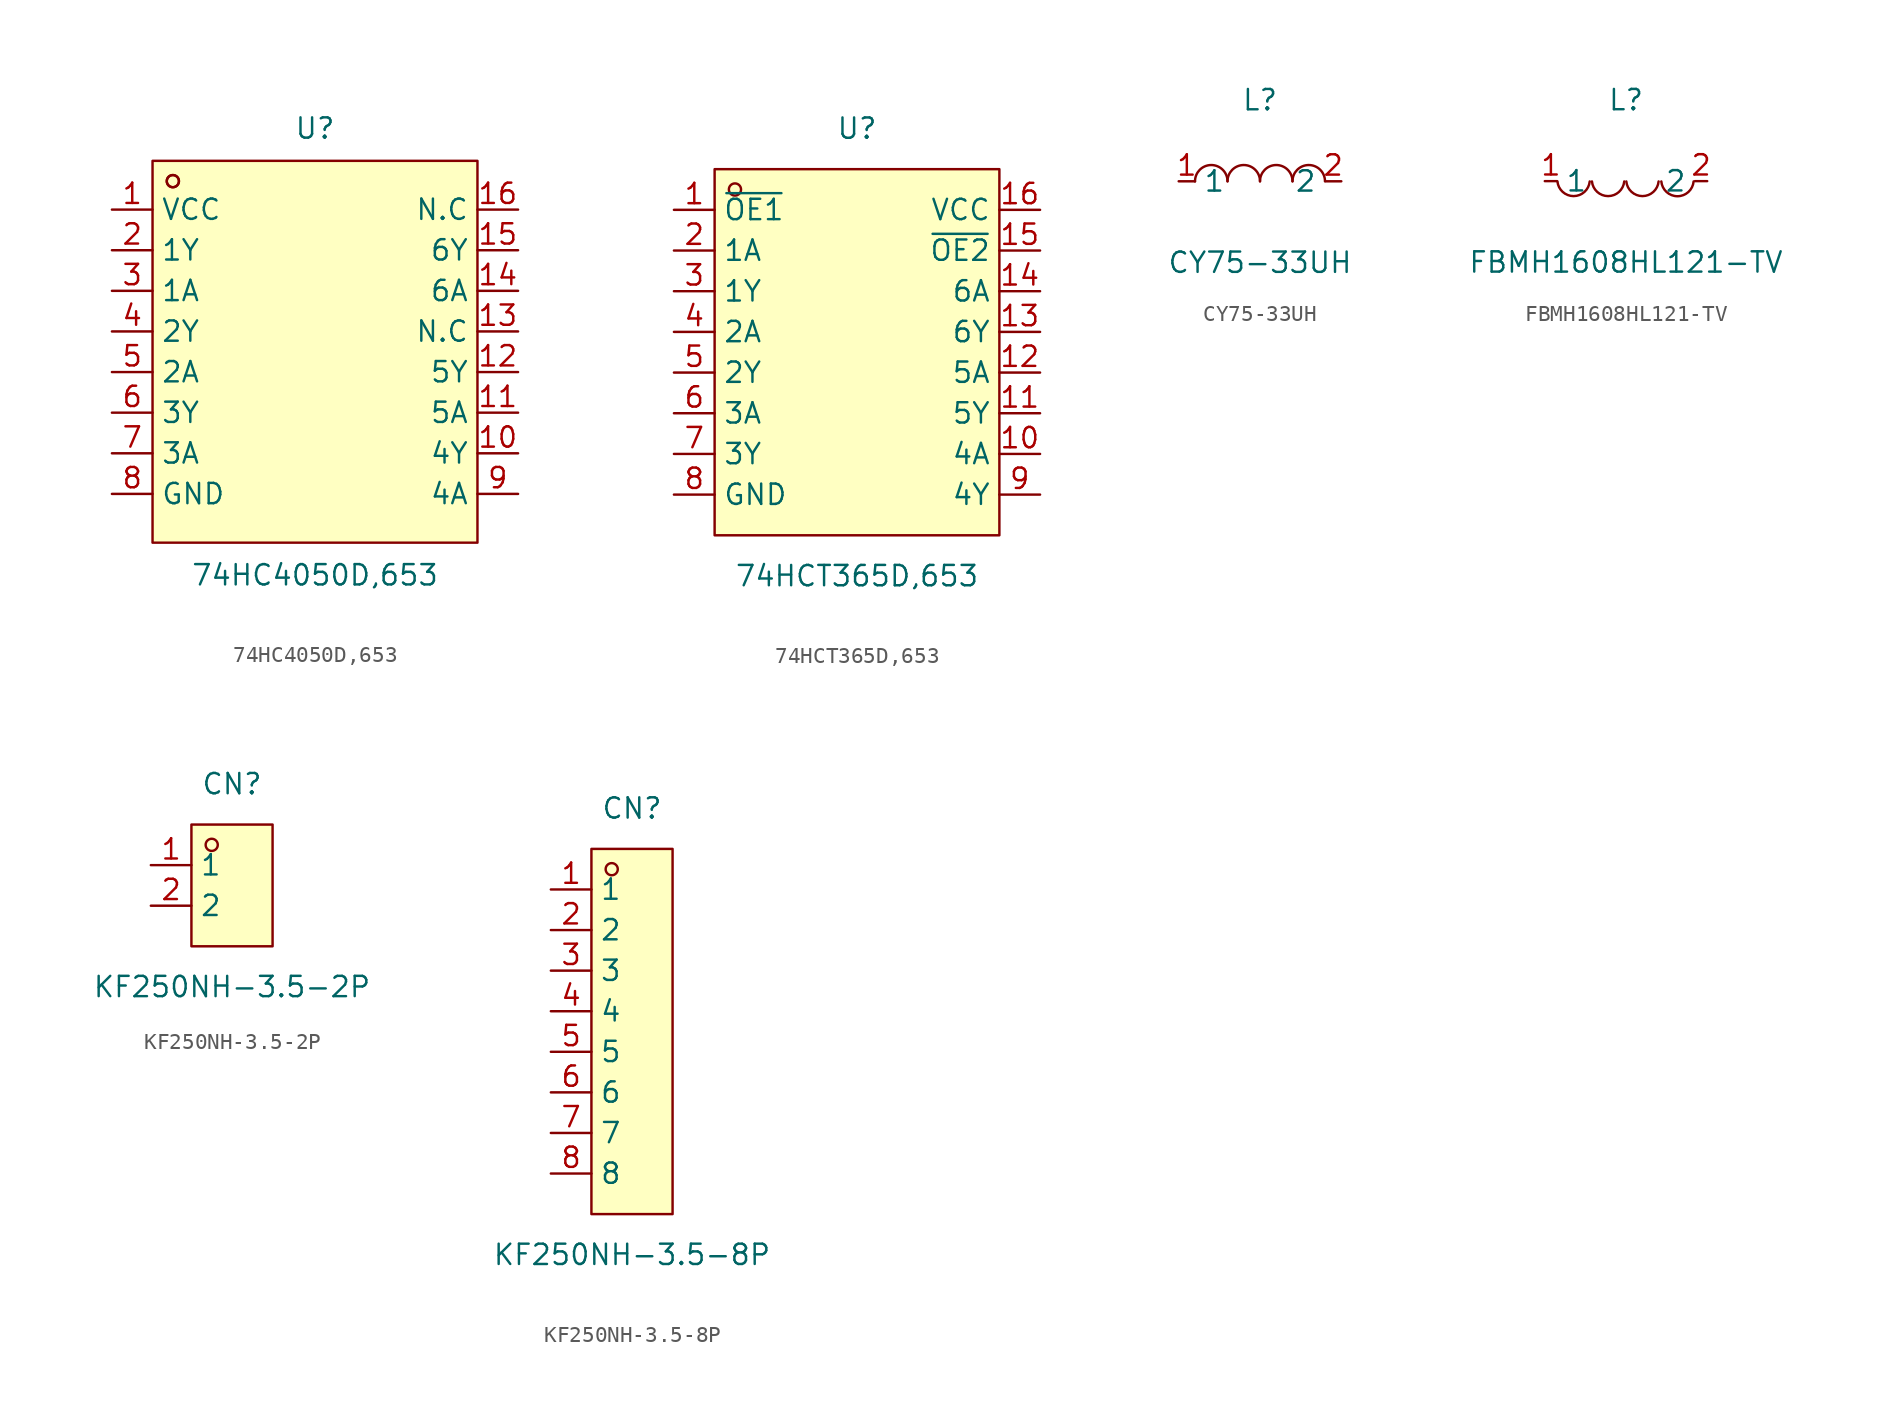
<source format=kicad_sym>
(kicad_symbol_lib
  (version 20211014)
  (generator https://github.com/uPesy/easyeda2kicad.py)
  (symbol "74HC4050D,653"
    (property "Reference" "U"
      (at 0 13.97 0)
      (effects (font (size 1.27 1.27))))
    (property "Value" "74HC4050D,653"
      (at 0 -13.97 0)
      (effects (font (size 1.27 1.27))))
    (symbol "74HC4050D,653_0_1"
      (rectangle (start -10.16 11.94) (end 10.16 -11.94) (stroke (width 0) (type default) (color 0 0 0 0)) (fill (type background)))
      (circle (center -8.89 10.67) (radius 0.38) (stroke (width 0) (type default) (color 0 0 0 0)) (fill (type none)))
      (circle (center -8.89 10.67) (radius 0.38) (stroke (width 0) (type default) (color 0 0 0 0)) (fill (type none)))
      (pin unspecified line (at -12.70 8.89 0) (length 2.54) (name "VCC" (effects (font (size 1.27 1.27)))) (number "1" (effects (font (size 1.27 1.27)))))
      (pin unspecified line (at -12.70 6.35 0) (length 2.54) (name "1Y" (effects (font (size 1.27 1.27)))) (number "2" (effects (font (size 1.27 1.27)))))
      (pin unspecified line (at -12.70 3.81 0) (length 2.54) (name "1A" (effects (font (size 1.27 1.27)))) (number "3" (effects (font (size 1.27 1.27)))))
      (pin unspecified line (at -12.70 1.27 0) (length 2.54) (name "2Y" (effects (font (size 1.27 1.27)))) (number "4" (effects (font (size 1.27 1.27)))))
      (pin unspecified line (at -12.70 -1.27 0) (length 2.54) (name "2A" (effects (font (size 1.27 1.27)))) (number "5" (effects (font (size 1.27 1.27)))))
      (pin unspecified line (at -12.70 -3.81 0) (length 2.54) (name "3Y" (effects (font (size 1.27 1.27)))) (number "6" (effects (font (size 1.27 1.27)))))
      (pin unspecified line (at -12.70 -6.35 0) (length 2.54) (name "3A" (effects (font (size 1.27 1.27)))) (number "7" (effects (font (size 1.27 1.27)))))
      (pin unspecified line (at -12.70 -8.89 0) (length 2.54) (name "GND" (effects (font (size 1.27 1.27)))) (number "8" (effects (font (size 1.27 1.27)))))
      (pin unspecified line (at 12.70 -8.89 180) (length 2.54) (name "4A" (effects (font (size 1.27 1.27)))) (number "9" (effects (font (size 1.27 1.27)))))
      (pin unspecified line (at 12.70 -6.35 180) (length 2.54) (name "4Y" (effects (font (size 1.27 1.27)))) (number "10" (effects (font (size 1.27 1.27)))))
      (pin unspecified line (at 12.70 -3.81 180) (length 2.54) (name "5A" (effects (font (size 1.27 1.27)))) (number "11" (effects (font (size 1.27 1.27)))))
      (pin unspecified line (at 12.70 -1.27 180) (length 2.54) (name "5Y" (effects (font (size 1.27 1.27)))) (number "12" (effects (font (size 1.27 1.27)))))
      (pin unspecified line (at 12.70 1.27 180) (length 2.54) (name "N.C" (effects (font (size 1.27 1.27)))) (number "13" (effects (font (size 1.27 1.27)))))
      (pin unspecified line (at 12.70 3.81 180) (length 2.54) (name "6A" (effects (font (size 1.27 1.27)))) (number "14" (effects (font (size 1.27 1.27)))))
      (pin unspecified line (at 12.70 6.35 180) (length 2.54) (name "6Y" (effects (font (size 1.27 1.27)))) (number "15" (effects (font (size 1.27 1.27)))))
      (pin unspecified line (at 12.70 8.89 180) (length 2.54) (name "N.C" (effects (font (size 1.27 1.27)))) (number "16" (effects (font (size 1.27 1.27)))))))
  (symbol "74HCT365D,653"
    (property "Reference" "U"
      (at 0 13.97 0)
      (effects (font (size 1.27 1.27))))
    (property "Value" "74HCT365D,653"
      (at 0 -13.97 0)
      (effects (font (size 1.27 1.27))))
    (symbol "74HCT365D,653_0_1"
      (rectangle (start -8.89 11.43) (end 8.89 -11.43) (stroke (width 0) (type default) (color 0 0 0 0)) (fill (type background)))
      (circle (center -7.62 10.16) (radius 0.38) (stroke (width 0) (type default) (color 0 0 0 0)) (fill (type none)))
      (pin unspecified line (at -11.43 8.89 0) (length 2.54) (name "~{OE1}" (effects (font (size 1.27 1.27)))) (number "1" (effects (font (size 1.27 1.27)))))
      (pin unspecified line (at -11.43 6.35 0) (length 2.54) (name "1A" (effects (font (size 1.27 1.27)))) (number "2" (effects (font (size 1.27 1.27)))))
      (pin unspecified line (at -11.43 3.81 0) (length 2.54) (name "1Y" (effects (font (size 1.27 1.27)))) (number "3" (effects (font (size 1.27 1.27)))))
      (pin unspecified line (at -11.43 1.27 0) (length 2.54) (name "2A" (effects (font (size 1.27 1.27)))) (number "4" (effects (font (size 1.27 1.27)))))
      (pin unspecified line (at -11.43 -1.27 0) (length 2.54) (name "2Y" (effects (font (size 1.27 1.27)))) (number "5" (effects (font (size 1.27 1.27)))))
      (pin unspecified line (at -11.43 -3.81 0) (length 2.54) (name "3A" (effects (font (size 1.27 1.27)))) (number "6" (effects (font (size 1.27 1.27)))))
      (pin unspecified line (at -11.43 -6.35 0) (length 2.54) (name "3Y" (effects (font (size 1.27 1.27)))) (number "7" (effects (font (size 1.27 1.27)))))
      (pin unspecified line (at -11.43 -8.89 0) (length 2.54) (name "GND" (effects (font (size 1.27 1.27)))) (number "8" (effects (font (size 1.27 1.27)))))
      (pin unspecified line (at 11.43 -8.89 180) (length 2.54) (name "4Y" (effects (font (size 1.27 1.27)))) (number "9" (effects (font (size 1.27 1.27)))))
      (pin unspecified line (at 11.43 -6.35 180) (length 2.54) (name "4A" (effects (font (size 1.27 1.27)))) (number "10" (effects (font (size 1.27 1.27)))))
      (pin unspecified line (at 11.43 -3.81 180) (length 2.54) (name "5Y" (effects (font (size 1.27 1.27)))) (number "11" (effects (font (size 1.27 1.27)))))
      (pin unspecified line (at 11.43 -1.27 180) (length 2.54) (name "5A" (effects (font (size 1.27 1.27)))) (number "12" (effects (font (size 1.27 1.27)))))
      (pin unspecified line (at 11.43 1.27 180) (length 2.54) (name "6Y" (effects (font (size 1.27 1.27)))) (number "13" (effects (font (size 1.27 1.27)))))
      (pin unspecified line (at 11.43 3.81 180) (length 2.54) (name "6A" (effects (font (size 1.27 1.27)))) (number "14" (effects (font (size 1.27 1.27)))))
      (pin unspecified line (at 11.43 6.35 180) (length 2.54) (name "~{OE2}" (effects (font (size 1.27 1.27)))) (number "15" (effects (font (size 1.27 1.27)))))
      (pin unspecified line (at 11.43 8.89 180) (length 2.54) (name "VCC" (effects (font (size 1.27 1.27)))) (number "16" (effects (font (size 1.27 1.27)))))))
  (symbol "CY75-33UH"
    (property "Reference" "L"
      (at 0 5.08 0)
      (effects (font (size 1.27 1.27))))
    (property "Value" "CY75-33UH"
      (at 0 -5.08 0)
      (effects (font (size 1.27 1.27))))
    (symbol "CY75-33UH_0_1"
      (arc (start -4.06 -0.01) (mid -2.83 0.99) (end -2.03 0.01) (stroke (width 0) (type default) (color 0 0 0 0)) (fill (type none)))
      (arc (start -2.03 -0.01) (mid -0.80 0.99) (end 0.00 0.01) (stroke (width 0) (type default) (color 0 0 0 0)) (fill (type none)))
      (arc (start 2.03 -0.01) (mid 3.26 0.99) (end 4.06 0.01) (stroke (width 0) (type default) (color 0 0 0 0)) (fill (type none)))
      (arc (start 0.00 -0.01) (mid 1.23 0.99) (end 2.03 0.01) (stroke (width 0) (type default) (color 0 0 0 0)) (fill (type none)))
      (pin unspecified line (at 5.08 -0.00 180) (length 1.016) (name "2" (effects (font (size 1.27 1.27)))) (number "2" (effects (font (size 1.27 1.27)))))
      (pin unspecified line (at -5.08 -0.00 0) (length 1.016) (name "1" (effects (font (size 1.27 1.27)))) (number "1" (effects (font (size 1.27 1.27)))))))
  (symbol "FBMH1608HL121-TV"
    (property "Reference" "L"
      (at 0 5.08 0)
      (effects (font (size 1.27 1.27))))
    (property "Value" "FBMH1608HL121-TV"
      (at 0 -5.08 0)
      (effects (font (size 1.27 1.27))))
    (symbol "FBMH1608HL121-TV_0_1"
      (arc (start 2.21 -0.02) (mid 3.30 -1.12) (end 4.23 -0.02) (stroke (width 0) (type default) (color 0 0 0 0)) (fill (type none)))
      (arc (start 0.02 -0.02) (mid 1.79 -0.79) (end 2.04 -0.02) (stroke (width 0) (type default) (color 0 0 0 0)) (fill (type none)))
      (arc (start -2.13 -0.02) (mid -0.36 -0.79) (end -0.11 -0.02) (stroke (width 0) (type default) (color 0 0 0 0)) (fill (type none)))
      (arc (start -4.29 -0.02) (mid -2.52 -0.79) (end -2.27 -0.02) (stroke (width 0) (type default) (color 0 0 0 0)) (fill (type none)))
      (pin unspecified line (at -5.08 -0.00 0) (length 0.762) (name "1" (effects (font (size 1.27 1.27)))) (number "1" (effects (font (size 1.27 1.27)))))
      (pin unspecified line (at 5.08 -0.00 180) (length 0.762) (name "2" (effects (font (size 1.27 1.27)))) (number "2" (effects (font (size 1.27 1.27)))))))
  (symbol "KF250NH-3.5-2P"
    (property "Reference" "CN"
      (at 0 6.35 0)
      (effects (font (size 1.27 1.27))))
    (property "Value" "KF250NH-3.5-2P"
      (at 0 -6.35 0)
      (effects (font (size 1.27 1.27))))
    (symbol "KF250NH-3.5-2P_0_1"
      (rectangle (start -2.54 3.81) (end 2.54 -3.81) (stroke (width 0) (type default) (color 0 0 0 0)) (fill (type background)))
      (circle (center -1.27 2.54) (radius 0.38) (stroke (width 0) (type default) (color 0 0 0 0)) (fill (type none)))
      (pin unspecified line (at -5.08 1.27 0) (length 2.54) (name "1" (effects (font (size 1.27 1.27)))) (number "1" (effects (font (size 1.27 1.27)))))
      (pin unspecified line (at -5.08 -1.27 0) (length 2.54) (name "2" (effects (font (size 1.27 1.27)))) (number "2" (effects (font (size 1.27 1.27)))))))
  (symbol "KF250NH-3.5-8P"
    (property "Reference" "CN"
      (at 0 13.97 0)
      (effects (font (size 1.27 1.27))))
    (property "Value" "KF250NH-3.5-8P"
      (at 0 -13.97 0)
      (effects (font (size 1.27 1.27))))
    (symbol "KF250NH-3.5-8P_0_1"
      (rectangle (start -2.54 11.43) (end 2.54 -11.43) (stroke (width 0) (type default) (color 0 0 0 0)) (fill (type background)))
      (circle (center -1.27 10.16) (radius 0.38) (stroke (width 0) (type default) (color 0 0 0 0)) (fill (type none)))
      (pin unspecified line (at -5.08 8.89 0) (length 2.54) (name "1" (effects (font (size 1.27 1.27)))) (number "1" (effects (font (size 1.27 1.27)))))
      (pin unspecified line (at -5.08 6.35 0) (length 2.54) (name "2" (effects (font (size 1.27 1.27)))) (number "2" (effects (font (size 1.27 1.27)))))
      (pin unspecified line (at -5.08 3.81 0) (length 2.54) (name "3" (effects (font (size 1.27 1.27)))) (number "3" (effects (font (size 1.27 1.27)))))
      (pin unspecified line (at -5.08 1.27 0) (length 2.54) (name "4" (effects (font (size 1.27 1.27)))) (number "4" (effects (font (size 1.27 1.27)))))
      (pin unspecified line (at -5.08 -1.27 0) (length 2.54) (name "5" (effects (font (size 1.27 1.27)))) (number "5" (effects (font (size 1.27 1.27)))))
      (pin unspecified line (at -5.08 -3.81 0) (length 2.54) (name "6" (effects (font (size 1.27 1.27)))) (number "6" (effects (font (size 1.27 1.27)))))
      (pin unspecified line (at -5.08 -6.35 0) (length 2.54) (name "7" (effects (font (size 1.27 1.27)))) (number "7" (effects (font (size 1.27 1.27)))))
      (pin unspecified line (at -5.08 -8.89 0) (length 2.54) (name "8" (effects (font (size 1.27 1.27)))) (number "8" (effects (font (size 1.27 1.27))))))))
</source>
